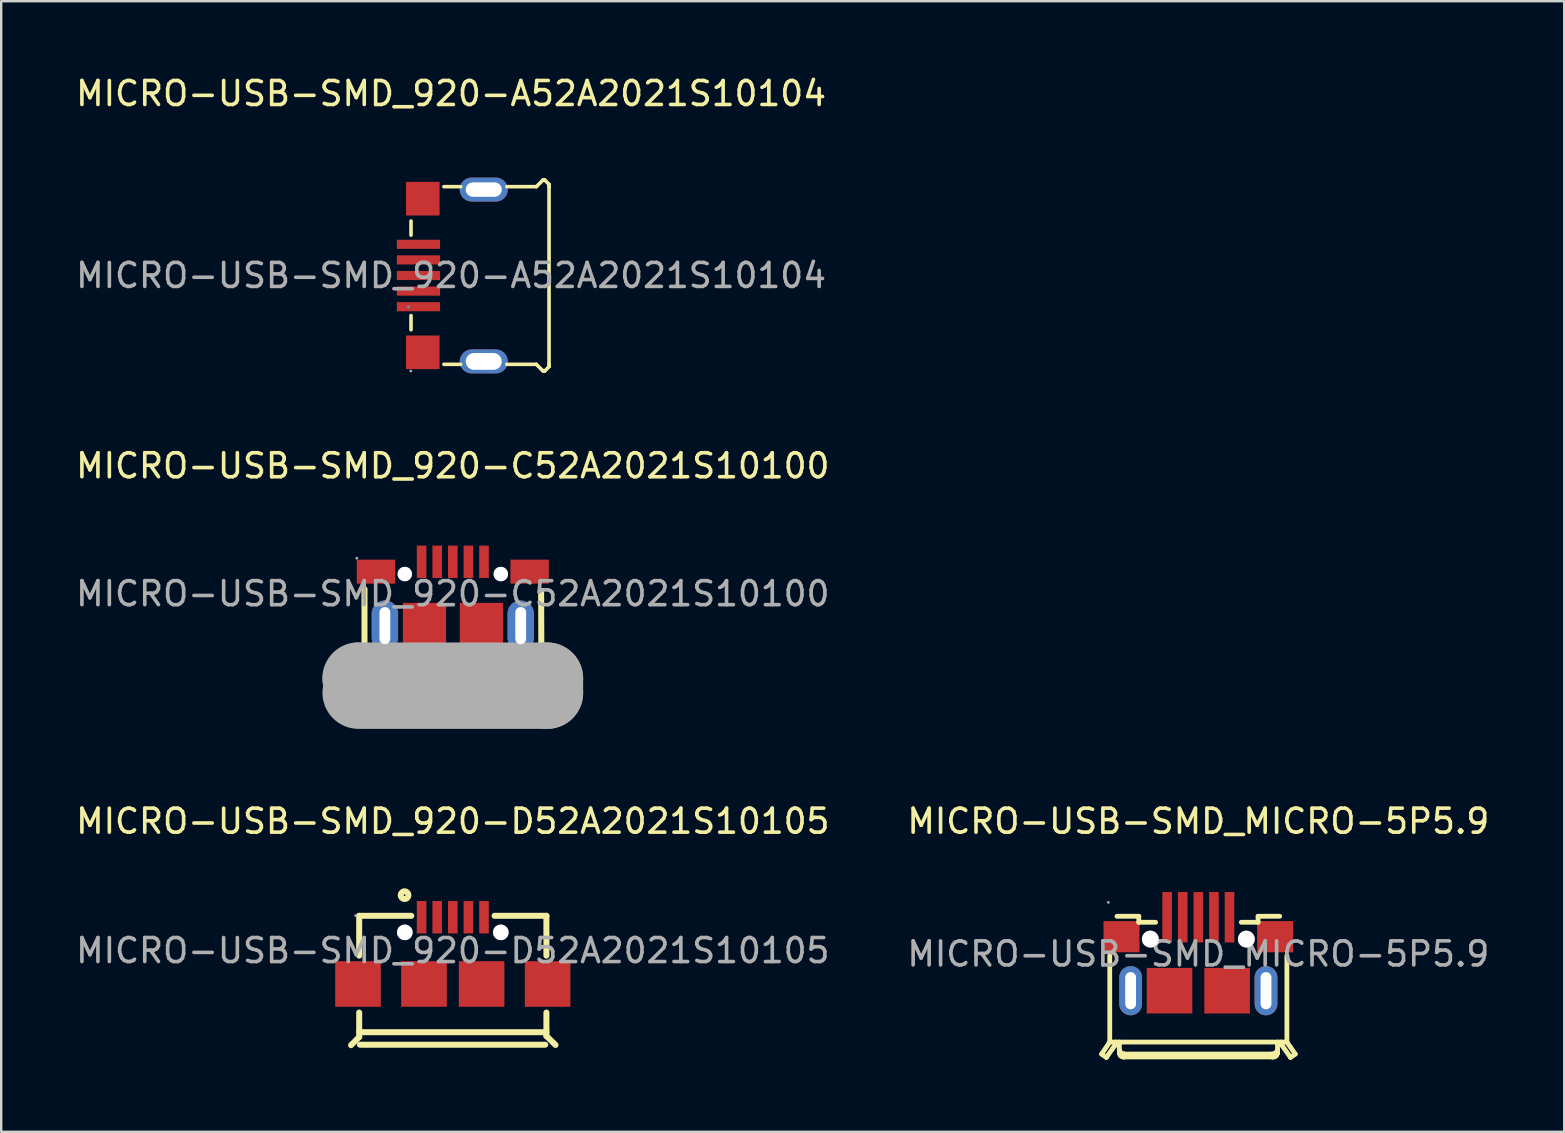
<source format=kicad_pcb>
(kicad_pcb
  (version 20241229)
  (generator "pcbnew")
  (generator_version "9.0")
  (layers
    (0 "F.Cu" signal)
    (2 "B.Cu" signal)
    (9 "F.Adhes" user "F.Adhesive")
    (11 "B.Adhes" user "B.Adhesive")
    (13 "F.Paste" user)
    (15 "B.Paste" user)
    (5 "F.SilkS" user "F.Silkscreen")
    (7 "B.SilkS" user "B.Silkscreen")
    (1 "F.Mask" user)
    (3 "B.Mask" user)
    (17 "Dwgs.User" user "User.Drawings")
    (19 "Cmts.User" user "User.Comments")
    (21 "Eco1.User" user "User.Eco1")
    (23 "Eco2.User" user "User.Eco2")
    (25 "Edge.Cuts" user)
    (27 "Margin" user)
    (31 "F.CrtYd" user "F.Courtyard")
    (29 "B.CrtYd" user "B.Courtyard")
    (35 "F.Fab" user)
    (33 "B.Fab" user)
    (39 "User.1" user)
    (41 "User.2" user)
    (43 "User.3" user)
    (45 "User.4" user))
  (footprint "MICRO-USB-SMD_920-D52A2021S10105"
    (layer "F.Cu")
    (at 15.815 36.555)
    (property "Reference" "MICRO-USB-SMD_920-D52A2021S10105" (at 0 -5.39 0) (layer "F.SilkS") (effects (font (size 1 1) (thickness 0.15))))
    (attr through_hole)
    (fp_line (start -3.9 -1.45) (end -3.9 0.21) (stroke (width 0.25) (type solid)) (layer "F.SilkS"))
    (fp_line (start -3.9 -1.45) (end -1.73 -1.45) (stroke (width 0.25) (type solid)) (layer "F.SilkS"))
    (fp_line (start -3.9 2.58) (end -3.9 3.6) (stroke (width 0.25) (type solid)) (layer "F.SilkS"))
    (fp_line (start -3.9 3.4) (end 3.9 3.4) (stroke (width 0.25) (type solid)) (layer "F.SilkS"))
    (fp_line (start -3.9 3.6) (end -4.24 3.94) (stroke (width 0.25) (type solid)) (layer "F.SilkS"))
    (fp_line (start -3.87 3.92) (end 3.85 3.92) (stroke (width 0.25) (type solid)) (layer "F.SilkS"))
    (fp_line (start 1.74 -1.45) (end 3.9 -1.45) (stroke (width 0.25) (type solid)) (layer "F.SilkS"))
    (fp_line (start 3.9 -1.45) (end 3.9 0.21) (stroke (width 0.25) (type solid)) (layer "F.SilkS"))
    (fp_line (start 3.9 2.58) (end 3.9 3.56) (stroke (width 0.25) (type solid)) (layer "F.SilkS"))
    (fp_line (start 3.9 3.56) (end 4.28 3.93) (stroke (width 0.25) (type solid)) (layer "F.SilkS"))
    (fp_circle (center -2.01 -2.31) (end -1.85 -2.31) (stroke (width 0.25) (type solid)) (fill no) (layer "F.SilkS"))
    (fp_circle (center -2 -0.76) (end -1.89 -0.76) (stroke (width 0.22) (type solid)) (fill no) (layer "Cmts.User"))
    (fp_circle (center 2 -0.76) (end 2.11 -0.76) (stroke (width 0.22) (type solid)) (fill no) (layer "Cmts.User"))
    (fp_circle (center -4.05 -1.46) (end -4.02 -1.46) (stroke (width 0.06) (type solid)) (fill no) (layer "F.Fab"))
    (fp_text user "${REFERENCE}" (at 0 0 0) (layer "F.Fab") (effects (font (size 1 1) (thickness 0.15))))
    (pad "" thru_hole circle (at -2 -0.76) (size 0.65 0.65) (drill 0.65) (layers "*.Cu" "*.Mask"))
    (pad "" thru_hole circle (at 2 -0.76) (size 0.65 0.65) (drill 0.65) (layers "*.Cu" "*.Mask"))
    (pad "0" smd rect (at -3.95 1.39) (size 1.9 1.9) (layers "F.Cu" "F.Mask" "F.Paste"))
    (pad "0" smd rect (at -1.2 1.39) (size 1.9 1.9) (layers "F.Cu" "F.Mask" "F.Paste"))
    (pad "0" smd rect (at 1.2 1.39) (size 1.9 1.9) (layers "F.Cu" "F.Mask" "F.Paste"))
    (pad "0" smd rect (at 3.95 1.39) (size 1.9 1.9) (layers "F.Cu" "F.Mask" "F.Paste"))
    (pad "1" smd rect (at -1.3 -1.39 270) (size 1.35 0.4) (layers "F.Cu" "F.Mask" "F.Paste"))
    (pad "2" smd rect (at -0.65 -1.39 270) (size 1.35 0.4) (layers "F.Cu" "F.Mask" "F.Paste"))
    (pad "3" smd rect (at 0 -1.39 270) (size 1.35 0.4) (layers "F.Cu" "F.Mask" "F.Paste"))
    (pad "4" smd rect (at 0.65 -1.39 270) (size 1.35 0.4) (layers "F.Cu" "F.Mask" "F.Paste"))
    (pad "5" smd rect (at 1.3 -1.39 270) (size 1.35 0.4) (layers "F.Cu" "F.Mask" "F.Paste")))
  (footprint "MICRO-USB-SMD_920-A52A2021S10104"
    (layer "F.Cu")
    (at 15.744 8.428)
    (property "Reference" "MICRO-USB-SMD_920-A52A2021S10104" (at 0 -7.58 0) (layer "F.SilkS") (effects (font (size 1 1) (thickness 0.15))))
    (attr through_hole)
    (fp_line (start -1.67 -2.27) (end -1.67 -1.68) (stroke (width 0.15) (type solid)) (layer "F.SilkS"))
    (fp_line (start -1.67 2.26) (end -1.67 1.67) (stroke (width 0.15) (type solid)) (layer "F.SilkS"))
    (fp_line (start 0.4 -3.7) (end -0.3 -3.7) (stroke (width 0.15) (type solid)) (layer "F.SilkS"))
    (fp_line (start 0.4 3.7) (end -0.3 3.7) (stroke (width 0.15) (type solid)) (layer "F.SilkS"))
    (fp_line (start 3.55 -3.7) (end 2.32 -3.7) (stroke (width 0.15) (type solid)) (layer "F.SilkS"))
    (fp_line (start 3.55 3.7) (end 2.32 3.7) (stroke (width 0.15) (type solid)) (layer "F.SilkS"))
    (fp_line (start 3.83 -3.98) (end 3.55 -3.7) (stroke (width 0.15) (type solid)) (layer "F.SilkS"))
    (fp_line (start 3.83 3.98) (end 3.55 3.7) (stroke (width 0.15) (type solid)) (layer "F.SilkS"))
    (fp_line (start 3.9 -3.98) (end 3.83 -3.98) (stroke (width 0.15) (type solid)) (layer "F.SilkS"))
    (fp_line (start 3.9 3.98) (end 3.83 3.98) (stroke (width 0.15) (type solid)) (layer "F.SilkS"))
    (fp_line (start 4.08 -3.8) (end 3.9 -3.98) (stroke (width 0.15) (type solid)) (layer "F.SilkS"))
    (fp_line (start 4.08 -3.7) (end 4.08 -3.8) (stroke (width 0.15) (type solid)) (layer "F.SilkS"))
    (fp_line (start 4.08 -3.7) (end 4.08 3.7) (stroke (width 0.15) (type solid)) (layer "F.SilkS"))
    (fp_line (start 4.08 3.7) (end 4.08 3.8) (stroke (width 0.15) (type solid)) (layer "F.SilkS"))
    (fp_line (start 4.08 3.8) (end 3.9 3.98) (stroke (width 0.15) (type solid)) (layer "F.SilkS"))
    (fp_circle (center -1.78 1.31) (end -1.75 1.31) (stroke (width 0.06) (type solid)) (fill no) (layer "Cmts.User"))
    (fp_circle (center -1.68 3.98) (end -1.65 3.98) (stroke (width 0.06) (type solid)) (fill no) (layer "F.Fab"))
    (fp_text user "${REFERENCE}" (at 0 0 0) (layer "F.Fab") (effects (font (size 1 1) (thickness 0.15))))
    (pad "1" smd rect (at -1.36 1.3) (size 1.8 0.38) (layers "F.Cu" "F.Mask" "F.Paste"))
    (pad "2" smd rect (at -1.36 0.65) (size 1.8 0.38) (layers "F.Cu" "F.Mask" "F.Paste"))
    (pad "3" smd rect (at -1.36 0) (size 1.8 0.38) (layers "F.Cu" "F.Mask" "F.Paste"))
    (pad "4" smd rect (at -1.36 -0.65) (size 1.8 0.38) (layers "F.Cu" "F.Mask" "F.Paste"))
    (pad "5" smd rect (at -1.36 -1.3) (size 1.8 0.38) (layers "F.Cu" "F.Mask" "F.Paste"))
    (pad "6" thru_hole oval (at 1.36 3.58 90) (size 1 2) (drill oval 0.7 1.5) (layers "*.Cu" "*.Paste" "*.Mask"))
    (pad "7" thru_hole oval (at 1.36 -3.58 90) (size 1 2) (drill oval 0.6 1.5) (layers "*.Cu" "*.Paste" "*.Mask"))
    (pad "8" smd rect (at -1.18 3.2 90) (size 1.4 1.4) (layers "F.Cu" "F.Mask" "F.Paste"))
    (pad "9" smd rect (at -1.18 -3.2 90) (size 1.4 1.4) (layers "F.Cu" "F.Mask" "F.Paste")))
  (footprint "MICRO-USB-SMD_MICRO-5P5.9"
    (layer "F.Cu")
    (at 46.875 36.695)
    (property "Reference" "MICRO-USB-SMD_MICRO-5P5.9" (at 0 -5.53 0) (layer "F.SilkS") (effects (font (size 1 1) (thickness 0.15))))
    (attr through_hole)
    (fp_line (start -4.03 4.17) (end -3.83 4.31) (stroke (width 0.2) (type solid)) (layer "F.SilkS"))
    (fp_line (start -3.83 4.31) (end -3.48 3.81) (stroke (width 0.2) (type solid)) (layer "F.SilkS"))
    (fp_line (start -3.69 3.67) (end -4.03 4.17) (stroke (width 0.2) (type solid)) (layer "F.SilkS"))
    (fp_line (start -3.69 3.67) (end -3.69 0.07) (stroke (width 0.2) (type solid)) (layer "F.SilkS"))
    (fp_line (start -3.69 3.67) (end 3.69 3.67) (stroke (width 0.2) (type solid)) (layer "F.SilkS"))
    (fp_line (start -3.48 3.81) (end -3.46 3.78) (stroke (width 0.2) (type solid)) (layer "F.SilkS"))
    (fp_line (start -3.46 3.78) (end -3.45 3.74) (stroke (width 0.2) (type solid)) (layer "F.SilkS"))
    (fp_line (start -3.45 3.74) (end -3.44 3.71) (stroke (width 0.2) (type solid)) (layer "F.SilkS"))
    (fp_line (start -3.44 3.71) (end -3.44 3.67) (stroke (width 0.2) (type solid)) (layer "F.SilkS"))
    (fp_line (start -3.29 4) (end -3.29 3.67) (stroke (width 0.2) (type solid)) (layer "F.SilkS"))
    (fp_line (start -3.29 4.12) (end -3.29 4) (stroke (width 0.2) (type solid)) (layer "F.SilkS"))
    (fp_line (start -3.29 4.12) (end -3.28 4.16) (stroke (width 0.2) (type solid)) (layer "F.SilkS"))
    (fp_line (start -3.28 4.03) (end -3.29 4) (stroke (width 0.2) (type solid)) (layer "F.SilkS"))
    (fp_line (start -3.28 4.16) (end -3.25 4.23) (stroke (width 0.2) (type solid)) (layer "F.SilkS"))
    (fp_line (start -3.26 4.07) (end -3.28 4.03) (stroke (width 0.2) (type solid)) (layer "F.SilkS"))
    (fp_line (start -3.25 4.1) (end -3.26 4.07) (stroke (width 0.2) (type solid)) (layer "F.SilkS"))
    (fp_line (start -3.25 4.23) (end -3.21 4.26) (stroke (width 0.2) (type solid)) (layer "F.SilkS"))
    (fp_line (start -3.21 4.13) (end -3.25 4.1) (stroke (width 0.2) (type solid)) (layer "F.SilkS"))
    (fp_line (start -3.21 4.26) (end -3.13 4.29) (stroke (width 0.2) (type solid)) (layer "F.SilkS"))
    (fp_line (start -3.13 4.17) (end -3.21 4.13) (stroke (width 0.2) (type solid)) (layer "F.SilkS"))
    (fp_line (start -3.13 4.29) (end -3.09 4.29) (stroke (width 0.2) (type solid)) (layer "F.SilkS"))
    (fp_line (start -3.09 4.17) (end -3.13 4.17) (stroke (width 0.2) (type solid)) (layer "F.SilkS"))
    (fp_line (start -3.09 4.17) (end 3.09 4.17) (stroke (width 0.2) (type solid)) (layer "F.SilkS"))
    (fp_line (start -3.09 4.29) (end -3.09 4.17) (stroke (width 0.2) (type solid)) (layer "F.SilkS"))
    (fp_line (start -2.48 -1.57) (end -3.39 -1.57) (stroke (width 0.2) (type solid)) (layer "F.SilkS"))
    (fp_line (start -2.48 -1.57) (end -2.48 -1.32) (stroke (width 0.2) (type solid)) (layer "F.SilkS"))
    (fp_line (start -1.78 -1.32) (end -2.48 -1.32) (stroke (width 0.2) (type solid)) (layer "F.SilkS"))
    (fp_line (start 2.49 -1.57) (end 2.49 -1.32) (stroke (width 0.2) (type solid)) (layer "F.SilkS"))
    (fp_line (start 2.49 -1.57) (end 3.39 -1.57) (stroke (width 0.2) (type solid)) (layer "F.SilkS"))
    (fp_line (start 2.49 -1.32) (end 1.79 -1.32) (stroke (width 0.2) (type solid)) (layer "F.SilkS"))
    (fp_line (start 3.09 4.17) (end 3.14 4.17) (stroke (width 0.2) (type solid)) (layer "F.SilkS"))
    (fp_line (start 3.09 4.29) (end -3.09 4.29) (stroke (width 0.2) (type solid)) (layer "F.SilkS"))
    (fp_line (start 3.09 4.29) (end 3.09 4.17) (stroke (width 0.2) (type solid)) (layer "F.SilkS"))
    (fp_line (start 3.14 4.17) (end 3.22 4.13) (stroke (width 0.2) (type solid)) (layer "F.SilkS"))
    (fp_line (start 3.14 4.29) (end 3.09 4.29) (stroke (width 0.2) (type solid)) (layer "F.SilkS"))
    (fp_line (start 3.22 4.13) (end 3.25 4.1) (stroke (width 0.2) (type solid)) (layer "F.SilkS"))
    (fp_line (start 3.22 4.26) (end 3.14 4.29) (stroke (width 0.2) (type solid)) (layer "F.SilkS"))
    (fp_line (start 3.25 4.1) (end 3.27 4.07) (stroke (width 0.2) (type solid)) (layer "F.SilkS"))
    (fp_line (start 3.25 4.23) (end 3.22 4.26) (stroke (width 0.2) (type solid)) (layer "F.SilkS"))
    (fp_line (start 3.27 4.07) (end 3.3 4) (stroke (width 0.2) (type solid)) (layer "F.SilkS"))
    (fp_line (start 3.29 4.16) (end 3.25 4.23) (stroke (width 0.2) (type solid)) (layer "F.SilkS"))
    (fp_line (start 3.3 4) (end 3.3 3.67) (stroke (width 0.2) (type solid)) (layer "F.SilkS"))
    (fp_line (start 3.3 4) (end 3.3 4.12) (stroke (width 0.2) (type solid)) (layer "F.SilkS"))
    (fp_line (start 3.3 4.12) (end 3.29 4.16) (stroke (width 0.2) (type solid)) (layer "F.SilkS"))
    (fp_line (start 3.45 3.67) (end 3.45 3.71) (stroke (width 0.2) (type solid)) (layer "F.SilkS"))
    (fp_line (start 3.45 3.71) (end 3.46 3.74) (stroke (width 0.2) (type solid)) (layer "F.SilkS"))
    (fp_line (start 3.46 3.74) (end 3.47 3.78) (stroke (width 0.2) (type solid)) (layer "F.SilkS"))
    (fp_line (start 3.47 3.78) (end 3.49 3.81) (stroke (width 0.2) (type solid)) (layer "F.SilkS"))
    (fp_line (start 3.49 3.81) (end 3.84 4.31) (stroke (width 0.2) (type solid)) (layer "F.SilkS"))
    (fp_line (start 3.69 0.07) (end 3.69 3.67) (stroke (width 0.2) (type solid)) (layer "F.SilkS"))
    (fp_line (start 3.69 3.67) (end 4.04 4.17) (stroke (width 0.2) (type solid)) (layer "F.SilkS"))
    (fp_line (start 4.04 4.17) (end 3.84 4.31) (stroke (width 0.2) (type solid)) (layer "F.SilkS"))
    (fp_circle (center -3.75 -2.15) (end -3.72 -2.15) (stroke (width 0.06) (type solid)) (fill no) (layer "F.Fab"))
    (fp_text user "${REFERENCE}" (at 0 0 0) (layer "F.Fab") (effects (font (size 1 1) (thickness 0.15))))
    (pad "" thru_hole circle (at -2 -0.62) (size 0.7 0.7) (drill 0.7) (layers "*.Cu" "*.Mask"))
    (pad "" thru_hole circle (at 2 -0.62) (size 0.7 0.7) (drill 0.7) (layers "*.Cu" "*.Mask"))
    (pad "1" smd rect (at -1.3 -1.53 270) (size 2.1 0.4) (layers "F.Cu" "F.Mask" "F.Paste"))
    (pad "2" smd rect (at -0.65 -1.53 270) (size 2.1 0.4) (layers "F.Cu" "F.Mask" "F.Paste"))
    (pad "3" smd rect (at 0 -1.53 270) (size 2.1 0.4) (layers "F.Cu" "F.Mask" "F.Paste"))
    (pad "4" smd rect (at 0.65 -1.53 270) (size 2.1 0.4) (layers "F.Cu" "F.Mask" "F.Paste"))
    (pad "5" smd rect (at 1.3 -1.53 270) (size 2.1 0.4) (layers "F.Cu" "F.Mask" "F.Paste"))
    (pad "SH1" thru_hole oval (at -2.82 1.53) (size 0.95 2.05) (drill oval 0.45 1.55) (layers "*.Cu" "*.Paste" "*.Mask"))
    (pad "SH2" smd rect (at -3.2 -0.72) (size 1.5 1.3) (layers "F.Cu" "F.Mask" "F.Paste"))
    (pad "SH3" smd rect (at -1.2 1.53 90) (size 1.9 1.9) (layers "F.Cu" "F.Mask" "F.Paste"))
    (pad "SH4" thru_hole oval (at 2.82 1.53) (size 0.95 2.05) (drill oval 0.45 1.55) (layers "*.Cu" "*.Paste" "*.Mask"))
    (pad "SH5" smd rect (at 3.2 -0.72) (size 1.5 1.3) (layers "F.Cu" "F.Mask" "F.Paste"))
    (pad "SH6" smd rect (at 1.2 1.53 90) (size 1.9 1.9) (layers "F.Cu" "F.Mask" "F.Paste")))
  (footprint "MICRO-USB-SMD_920-C52A2021S10100"
    (layer "F.Cu")
    (at 15.815 21.686)
    (property "Reference" "MICRO-USB-SMD_920-C52A2021S10100" (at 0 -5.33 0) (layer "F.SilkS") (effects (font (size 1 1) (thickness 0.15))))
    (attr through_hole)
    (fp_line (start -3.68 2.77) (end -3.68 -0.19) (stroke (width 0.25) (type solid)) (layer "F.SilkS"))
    (fp_line (start -3.68 2.77) (end -3.68 3.4) (stroke (width 0.25) (type solid)) (layer "F.SilkS"))
    (fp_line (start 3.68 -0.11) (end 3.69 2.89) (stroke (width 0.25) (type solid)) (layer "F.SilkS"))
    (fp_line (start 3.69 2.77) (end 3.69 3.53) (stroke (width 0.25) (type solid)) (layer "F.SilkS"))
    (fp_circle (center -2 -0.82) (end -1.89 -0.82) (stroke (width 0.22) (type solid)) (fill no) (layer "Cmts.User"))
    (fp_circle (center 2 -0.82) (end 2.11 -0.82) (stroke (width 0.22) (type solid)) (fill no) (layer "Cmts.User"))
    (fp_line (start -3.93 3.53) (end -3.93 3.53) (stroke (width 3) (type solid)) (layer "F.Fab"))
    (fp_line (start -3.93 3.53) (end 3.93 3.53) (stroke (width 3) (type solid)) (layer "F.Fab"))
    (fp_line (start 3.93 3.53) (end 3.93 4.13) (stroke (width 3) (type solid)) (layer "F.Fab"))
    (fp_line (start 3.93 4.13) (end -3.93 4.13) (stroke (width 3) (type solid)) (layer "F.Fab"))
    (fp_circle (center -4 -1.48) (end -3.97 -1.48) (stroke (width 0.06) (type solid)) (fill no) (layer "F.Fab"))
    (fp_text user "${REFERENCE}" (at 0 0 0) (layer "F.Fab") (effects (font (size 1 1) (thickness 0.15))))
    (pad "" thru_hole circle (at -2 -0.82) (size 0.6 0.6) (drill 0.6) (layers "*.Cu" "*.Mask"))
    (pad "" thru_hole circle (at 2 -0.82) (size 0.6 0.6) (drill 0.6) (layers "*.Cu" "*.Mask"))
    (pad "0" smd rect (at -3.2 -0.92) (size 1.6 1) (layers "F.Cu" "F.Mask" "F.Paste"))
    (pad "0" thru_hole oval (at -2.83 1.33) (size 1.1 2.1) (drill oval 0.45 1.55) (layers "*.Cu" "*.Paste" "*.Mask"))
    (pad "0" smd rect (at -1.18 1.33) (size 1.8 1.9) (layers "F.Cu" "F.Mask" "F.Paste"))
    (pad "0" smd rect (at 1.19 1.33) (size 1.8 1.9) (layers "F.Cu" "F.Mask" "F.Paste"))
    (pad "0" smd rect (at 3.2 -0.92) (size 1.6 1) (layers "F.Cu" "F.Mask" "F.Paste"))
    (pad "1" smd rect (at -1.3 -1.33) (size 0.4 1.35) (layers "F.Cu" "F.Mask" "F.Paste"))
    (pad "2" smd rect (at -0.65 -1.33) (size 0.4 1.35) (layers "F.Cu" "F.Mask" "F.Paste"))
    (pad "3" smd rect (at 0 -1.33) (size 0.4 1.35) (layers "F.Cu" "F.Mask" "F.Paste"))
    (pad "4" smd rect (at 0.65 -1.33) (size 0.4 1.35) (layers "F.Cu" "F.Mask" "F.Paste"))
    (pad "5" smd rect (at 1.3 -1.33) (size 0.4 1.35) (layers "F.Cu" "F.Mask" "F.Paste"))
    (pad "6" thru_hole oval (at 2.83 1.33) (size 1.1 2.1) (drill oval 0.45 1.55) (layers "*.Cu" "*.Paste" "*.Mask")))
  (gr_rect
    (start -3 -3)
    (end 62.119 44.105)
    (stroke (width 0.1) (type default))
    (fill no)
    (layer "Edge.Cuts")))
</source>
